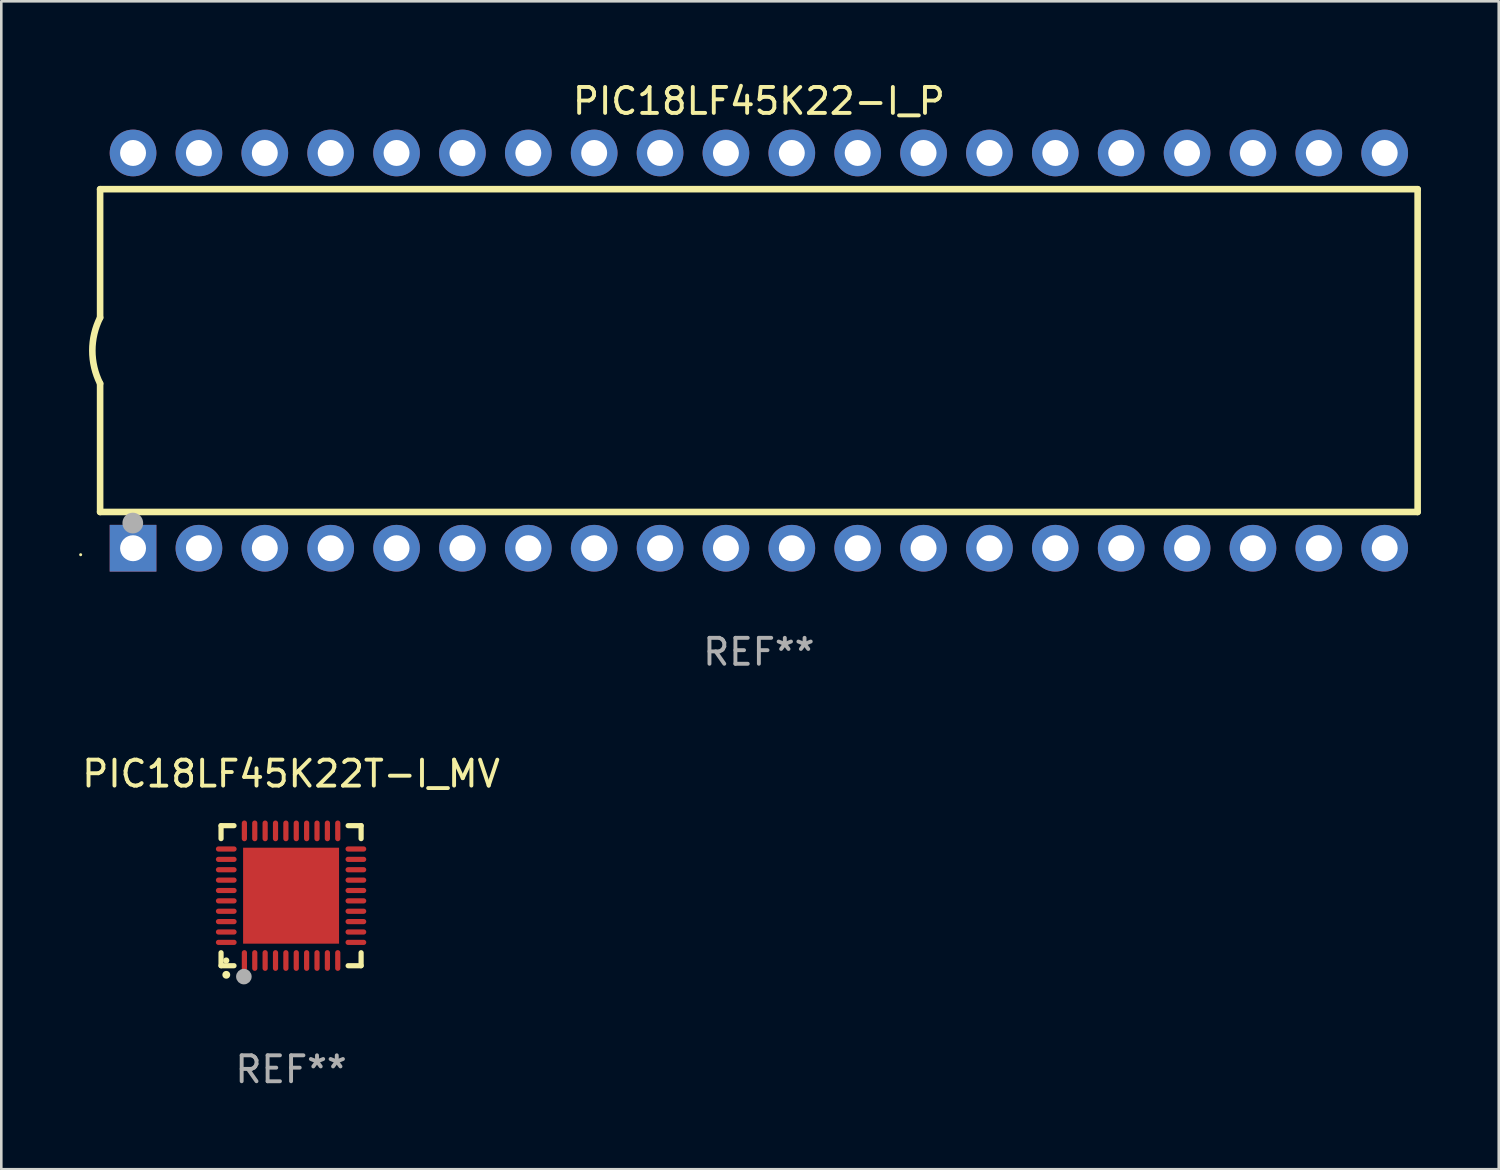
<source format=kicad_pcb>
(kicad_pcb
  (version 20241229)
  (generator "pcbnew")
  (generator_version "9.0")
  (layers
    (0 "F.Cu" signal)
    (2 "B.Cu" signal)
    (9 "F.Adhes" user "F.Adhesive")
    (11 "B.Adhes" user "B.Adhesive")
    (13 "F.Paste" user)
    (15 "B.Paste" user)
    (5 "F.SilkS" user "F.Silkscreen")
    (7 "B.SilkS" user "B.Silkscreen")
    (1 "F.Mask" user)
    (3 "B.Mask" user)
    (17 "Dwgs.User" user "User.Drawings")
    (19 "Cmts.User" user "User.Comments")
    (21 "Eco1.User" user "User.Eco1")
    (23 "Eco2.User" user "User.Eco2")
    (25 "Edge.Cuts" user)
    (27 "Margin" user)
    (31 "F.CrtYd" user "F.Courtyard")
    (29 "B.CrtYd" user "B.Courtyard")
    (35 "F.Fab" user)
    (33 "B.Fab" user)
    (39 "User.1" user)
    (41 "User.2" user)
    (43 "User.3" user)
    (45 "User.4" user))
  (footprint "PIC18LF45K22T-I_MV"
    (layer "F.Cu")
    (at 8.173 31.485)
    (property "Reference" "PIC18LF45K22T-I_MV" (at 0 -4.7 0) (layer "F.SilkS") (effects (font (size 1 1) (thickness 0.15))))
    (attr through_hole)
    (fp_line (start -2.7 -2.7) (end -2.7 -2.2) (stroke (width 0.2) (type solid)) (layer "F.SilkS"))
    (fp_line (start -2.7 2.7) (end -2.7 2.2) (stroke (width 0.2) (type solid)) (layer "F.SilkS"))
    (fp_line (start -2.2 -2.7) (end -2.7 -2.7) (stroke (width 0.2) (type solid)) (layer "F.SilkS"))
    (fp_line (start -2.2 2.7) (end -2.7 2.7) (stroke (width 0.2) (type solid)) (layer "F.SilkS"))
    (fp_line (start 2.7 -2.7) (end 2.2 -2.7) (stroke (width 0.2) (type solid)) (layer "F.SilkS"))
    (fp_line (start 2.7 -2.2) (end 2.7 -2.7) (stroke (width 0.2) (type solid)) (layer "F.SilkS"))
    (fp_line (start 2.7 2.2) (end 2.7 2.7) (stroke (width 0.2) (type solid)) (layer "F.SilkS"))
    (fp_line (start 2.7 2.7) (end 2.2 2.7) (stroke (width 0.2) (type solid)) (layer "F.SilkS"))
    (fp_arc (start -2.499365 3.050546) (mid -2.498095 3.050541) (end -2.496825 3.050546) (stroke (width 0.3) (type solid)) (layer "F.SilkS"))
    (fp_circle (center -2.5 2.5) (end -2.44 2.5) (stroke (width 0.12) (type solid)) (fill no) (layer "F.SilkS"))
    (fp_circle (center -1.82 3.12) (end -1.67 3.12) (stroke (width 0.3) (type solid)) (fill no) (layer "F.Fab"))
    (fp_text user "REF**" (at 0 6.7 0) (layer "F.Fab") (effects (font (size 1 1) (thickness 0.15))))
    (pad "1" smd oval (at -1.8 2.499) (size 0.2 0.8) (layers "F.Cu" "F.Mask" "F.Paste"))
    (pad "2" smd oval (at -1.4 2.499) (size 0.2 0.8) (layers "F.Cu" "F.Mask" "F.Paste"))
    (pad "3" smd oval (at -1 2.499) (size 0.2 0.8) (layers "F.Cu" "F.Mask" "F.Paste"))
    (pad "4" smd oval (at -0.6 2.499) (size 0.2 0.8) (layers "F.Cu" "F.Mask" "F.Paste"))
    (pad "5" smd oval (at -0.2 2.499) (size 0.2 0.8) (layers "F.Cu" "F.Mask" "F.Paste"))
    (pad "6" smd oval (at 0.2 2.499) (size 0.2 0.8) (layers "F.Cu" "F.Mask" "F.Paste"))
    (pad "7" smd oval (at 0.6 2.499) (size 0.2 0.8) (layers "F.Cu" "F.Mask" "F.Paste"))
    (pad "8" smd oval (at 1 2.499) (size 0.2 0.8) (layers "F.Cu" "F.Mask" "F.Paste"))
    (pad "9" smd oval (at 1.4 2.499) (size 0.2 0.8) (layers "F.Cu" "F.Mask" "F.Paste"))
    (pad "10" smd oval (at 1.8 2.499) (size 0.2 0.8) (layers "F.Cu" "F.Mask" "F.Paste"))
    (pad "11" smd oval (at 2.499 1.8) (size 0.8 0.2) (layers "F.Cu" "F.Mask" "F.Paste"))
    (pad "12" smd oval (at 2.499 1.4) (size 0.8 0.2) (layers "F.Cu" "F.Mask" "F.Paste"))
    (pad "13" smd oval (at 2.499 1) (size 0.8 0.2) (layers "F.Cu" "F.Mask" "F.Paste"))
    (pad "14" smd oval (at 2.499 0.6) (size 0.8 0.2) (layers "F.Cu" "F.Mask" "F.Paste"))
    (pad "15" smd oval (at 2.499 0.2) (size 0.8 0.2) (layers "F.Cu" "F.Mask" "F.Paste"))
    (pad "16" smd oval (at 2.499 -0.2) (size 0.8 0.2) (layers "F.Cu" "F.Mask" "F.Paste"))
    (pad "17" smd oval (at 2.499 -0.6) (size 0.8 0.2) (layers "F.Cu" "F.Mask" "F.Paste"))
    (pad "18" smd oval (at 2.499 -1) (size 0.8 0.2) (layers "F.Cu" "F.Mask" "F.Paste"))
    (pad "19" smd oval (at 2.499 -1.4) (size 0.8 0.2) (layers "F.Cu" "F.Mask" "F.Paste"))
    (pad "20" smd oval (at 2.499 -1.8) (size 0.8 0.2) (layers "F.Cu" "F.Mask" "F.Paste"))
    (pad "21" smd oval (at 1.8 -2.499) (size 0.2 0.8) (layers "F.Cu" "F.Mask" "F.Paste"))
    (pad "22" smd oval (at 1.4 -2.499) (size 0.2 0.8) (layers "F.Cu" "F.Mask" "F.Paste"))
    (pad "23" smd oval (at 1 -2.499) (size 0.2 0.8) (layers "F.Cu" "F.Mask" "F.Paste"))
    (pad "24" smd oval (at 0.6 -2.499) (size 0.2 0.8) (layers "F.Cu" "F.Mask" "F.Paste"))
    (pad "25" smd oval (at 0.2 -2.499) (size 0.2 0.8) (layers "F.Cu" "F.Mask" "F.Paste"))
    (pad "26" smd oval (at -0.2 -2.499) (size 0.2 0.8) (layers "F.Cu" "F.Mask" "F.Paste"))
    (pad "27" smd oval (at -0.6 -2.499) (size 0.2 0.8) (layers "F.Cu" "F.Mask" "F.Paste"))
    (pad "28" smd oval (at -1 -2.499) (size 0.2 0.8) (layers "F.Cu" "F.Mask" "F.Paste"))
    (pad "29" smd oval (at -1.4 -2.499) (size 0.2 0.8) (layers "F.Cu" "F.Mask" "F.Paste"))
    (pad "30" smd oval (at -1.8 -2.499) (size 0.2 0.8) (layers "F.Cu" "F.Mask" "F.Paste"))
    (pad "31" smd oval (at -2.499 -1.8) (size 0.8 0.2) (layers "F.Cu" "F.Mask" "F.Paste"))
    (pad "32" smd oval (at -2.499 -1.4) (size 0.8 0.2) (layers "F.Cu" "F.Mask" "F.Paste"))
    (pad "33" smd oval (at -2.499 -1) (size 0.8 0.2) (layers "F.Cu" "F.Mask" "F.Paste"))
    (pad "34" smd oval (at -2.499 -0.6) (size 0.8 0.2) (layers "F.Cu" "F.Mask" "F.Paste"))
    (pad "35" smd oval (at -2.499 -0.2) (size 0.8 0.2) (layers "F.Cu" "F.Mask" "F.Paste"))
    (pad "36" smd oval (at -2.499 0.2) (size 0.8 0.2) (layers "F.Cu" "F.Mask" "F.Paste"))
    (pad "37" smd oval (at -2.499 0.6) (size 0.8 0.2) (layers "F.Cu" "F.Mask" "F.Paste"))
    (pad "38" smd oval (at -2.499 1) (size 0.8 0.2) (layers "F.Cu" "F.Mask" "F.Paste"))
    (pad "39" smd oval (at -2.499 1.4) (size 0.8 0.2) (layers "F.Cu" "F.Mask" "F.Paste"))
    (pad "40" smd oval (at -2.499 1.8) (size 0.8 0.2) (layers "F.Cu" "F.Mask" "F.Paste"))
    (pad "41" smd rect (at 0 0) (size 3.7 3.7) (layers "F.Cu" "F.Mask" "F.Paste")))
  (footprint "PIC18LF45K22-I_P"
    (layer "F.Cu")
    (at 26.21 10.468)
    (property "Reference" "PIC18LF45K22-I_P" (at 0 -9.62 0) (layer "F.SilkS") (effects (font (size 1 1) (thickness 0.15))))
    (attr through_hole)
    (fp_line (start -25.4 -6.224) (end -25.4 -1.271) (stroke (width 0.254) (type solid)) (layer "F.SilkS"))
    (fp_line (start -25.4 -6.224) (end 25.4 -6.224) (stroke (width 0.254) (type solid)) (layer "F.SilkS"))
    (fp_line (start -25.4 1.269) (end -25.4 6.222) (stroke (width 0.254) (type solid)) (layer "F.SilkS"))
    (fp_line (start -25.4 6.222) (end 25.4 6.222) (stroke (width 0.254) (type solid)) (layer "F.SilkS"))
    (fp_line (start 25.4 6.222) (end 25.4 -6.224) (stroke (width 0.254) (type solid)) (layer "F.SilkS"))
    (fp_arc (start -25.4 1.269241) (mid -25.699807 -0.000762) (end -25.4 -1.270765) (stroke (width 0.254001) (type solid)) (layer "F.SilkS"))
    (fp_circle (center -26.15 7.87) (end -26.12 7.87) (stroke (width 0.06) (type solid)) (fill no) (layer "F.SilkS"))
    (fp_circle (center -24.14 6.65) (end -23.94 6.65) (stroke (width 0.4) (type solid)) (fill no) (layer "F.Fab"))
    (fp_text user "REF**" (at 0 11.62 0) (layer "F.Fab") (effects (font (size 1 1) (thickness 0.15))))
    (pad "1" thru_hole rect (at -24.13 7.62 90) (size 1.8 1.8) (drill 1) (layers "*.Cu" "*.Mask"))
    (pad "2" thru_hole circle (at -21.59 7.62) (size 1.8 1.8) (drill 1) (layers "*.Cu" "*.Mask"))
    (pad "3" thru_hole circle (at -19.05 7.62) (size 1.8 1.8) (drill 1) (layers "*.Cu" "*.Mask"))
    (pad "4" thru_hole circle (at -16.51 7.62) (size 1.8 1.8) (drill 1) (layers "*.Cu" "*.Mask"))
    (pad "5" thru_hole circle (at -13.97 7.62) (size 1.8 1.8) (drill 1) (layers "*.Cu" "*.Mask"))
    (pad "6" thru_hole circle (at -11.43 7.62) (size 1.8 1.8) (drill 1) (layers "*.Cu" "*.Mask"))
    (pad "7" thru_hole circle (at -8.89 7.62) (size 1.8 1.8) (drill 1) (layers "*.Cu" "*.Mask"))
    (pad "8" thru_hole circle (at -6.35 7.62) (size 1.8 1.8) (drill 1) (layers "*.Cu" "*.Mask"))
    (pad "9" thru_hole circle (at -3.81 7.62) (size 1.8 1.8) (drill 1) (layers "*.Cu" "*.Mask"))
    (pad "10" thru_hole circle (at -1.27 7.62) (size 1.8 1.8) (drill 1) (layers "*.Cu" "*.Mask"))
    (pad "11" thru_hole circle (at 1.27 7.62) (size 1.8 1.8) (drill 1) (layers "*.Cu" "*.Mask"))
    (pad "12" thru_hole circle (at 3.81 7.62) (size 1.8 1.8) (drill 1) (layers "*.Cu" "*.Mask"))
    (pad "13" thru_hole circle (at 6.35 7.62) (size 1.8 1.8) (drill 1) (layers "*.Cu" "*.Mask"))
    (pad "14" thru_hole circle (at 8.89 7.62) (size 1.8 1.8) (drill 1) (layers "*.Cu" "*.Mask"))
    (pad "15" thru_hole circle (at 11.43 7.62) (size 1.8 1.8) (drill 1) (layers "*.Cu" "*.Mask"))
    (pad "16" thru_hole circle (at 13.97 7.62) (size 1.8 1.8) (drill 1) (layers "*.Cu" "*.Mask"))
    (pad "17" thru_hole circle (at 16.51 7.62) (size 1.8 1.8) (drill 1) (layers "*.Cu" "*.Mask"))
    (pad "18" thru_hole circle (at 19.05 7.62) (size 1.8 1.8) (drill 1) (layers "*.Cu" "*.Mask"))
    (pad "19" thru_hole circle (at 21.59 7.62) (size 1.8 1.8) (drill 1) (layers "*.Cu" "*.Mask"))
    (pad "20" thru_hole circle (at 24.13 7.62) (size 1.8 1.8) (drill 1) (layers "*.Cu" "*.Mask"))
    (pad "21" thru_hole circle (at 24.13 -7.62) (size 1.8 1.8) (drill 1) (layers "*.Cu" "*.Mask"))
    (pad "22" thru_hole circle (at 21.59 -7.62) (size 1.8 1.8) (drill 1) (layers "*.Cu" "*.Mask"))
    (pad "23" thru_hole circle (at 19.05 -7.62) (size 1.8 1.8) (drill 1) (layers "*.Cu" "*.Mask"))
    (pad "24" thru_hole circle (at 16.51 -7.62) (size 1.8 1.8) (drill 1) (layers "*.Cu" "*.Mask"))
    (pad "25" thru_hole circle (at 13.97 -7.62) (size 1.8 1.8) (drill 1) (layers "*.Cu" "*.Mask"))
    (pad "26" thru_hole circle (at 11.43 -7.62) (size 1.8 1.8) (drill 1) (layers "*.Cu" "*.Mask"))
    (pad "27" thru_hole circle (at 8.89 -7.62) (size 1.8 1.8) (drill 1) (layers "*.Cu" "*.Mask"))
    (pad "28" thru_hole circle (at 6.35 -7.62) (size 1.8 1.8) (drill 1) (layers "*.Cu" "*.Mask"))
    (pad "29" thru_hole circle (at 3.81 -7.62) (size 1.8 1.8) (drill 1) (layers "*.Cu" "*.Mask"))
    (pad "30" thru_hole circle (at 1.27 -7.62) (size 1.8 1.8) (drill 1) (layers "*.Cu" "*.Mask"))
    (pad "31" thru_hole circle (at -1.27 -7.62) (size 1.8 1.8) (drill 1) (layers "*.Cu" "*.Mask"))
    (pad "32" thru_hole circle (at -3.81 -7.62) (size 1.8 1.8) (drill 1) (layers "*.Cu" "*.Mask"))
    (pad "33" thru_hole circle (at -6.35 -7.62) (size 1.8 1.8) (drill 1) (layers "*.Cu" "*.Mask"))
    (pad "34" thru_hole circle (at -8.89 -7.62) (size 1.8 1.8) (drill 1) (layers "*.Cu" "*.Mask"))
    (pad "35" thru_hole circle (at -11.43 -7.62) (size 1.8 1.8) (drill 1) (layers "*.Cu" "*.Mask"))
    (pad "36" thru_hole circle (at -13.97 -7.62) (size 1.8 1.8) (drill 1) (layers "*.Cu" "*.Mask"))
    (pad "37" thru_hole circle (at -16.51 -7.62) (size 1.8 1.8) (drill 1) (layers "*.Cu" "*.Mask"))
    (pad "38" thru_hole circle (at -19.05 -7.62) (size 1.8 1.8) (drill 1) (layers "*.Cu" "*.Mask"))
    (pad "39" thru_hole circle (at -21.59 -7.62) (size 1.8 1.8) (drill 1) (layers "*.Cu" "*.Mask"))
    (pad "40" thru_hole circle (at -24.13 -7.62) (size 1.8 1.8) (drill 1) (layers "*.Cu" "*.Mask")))
  (gr_rect
    (start -3 -3)
    (end 54.737 42.033)
    (stroke (width 0.1) (type default))
    (fill no)
    (layer "Edge.Cuts")))
</source>
